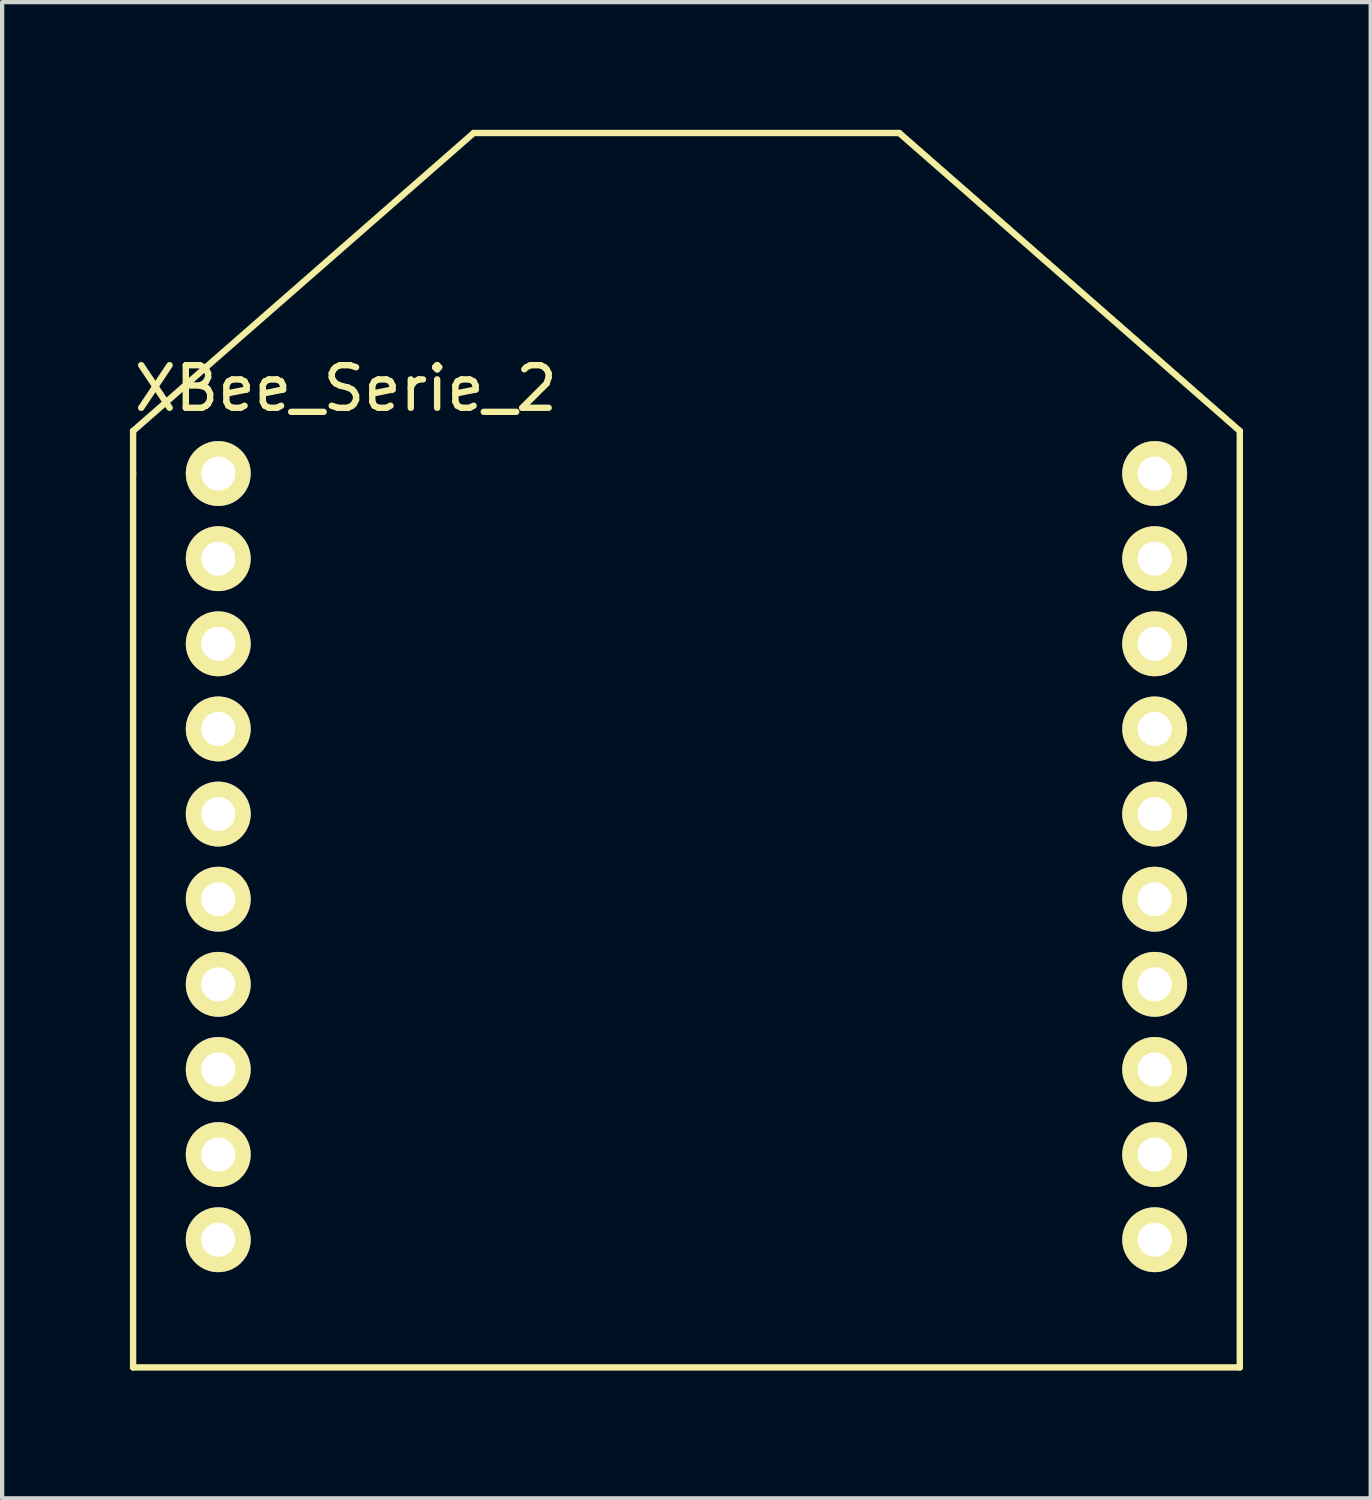
<source format=kicad_pcb>
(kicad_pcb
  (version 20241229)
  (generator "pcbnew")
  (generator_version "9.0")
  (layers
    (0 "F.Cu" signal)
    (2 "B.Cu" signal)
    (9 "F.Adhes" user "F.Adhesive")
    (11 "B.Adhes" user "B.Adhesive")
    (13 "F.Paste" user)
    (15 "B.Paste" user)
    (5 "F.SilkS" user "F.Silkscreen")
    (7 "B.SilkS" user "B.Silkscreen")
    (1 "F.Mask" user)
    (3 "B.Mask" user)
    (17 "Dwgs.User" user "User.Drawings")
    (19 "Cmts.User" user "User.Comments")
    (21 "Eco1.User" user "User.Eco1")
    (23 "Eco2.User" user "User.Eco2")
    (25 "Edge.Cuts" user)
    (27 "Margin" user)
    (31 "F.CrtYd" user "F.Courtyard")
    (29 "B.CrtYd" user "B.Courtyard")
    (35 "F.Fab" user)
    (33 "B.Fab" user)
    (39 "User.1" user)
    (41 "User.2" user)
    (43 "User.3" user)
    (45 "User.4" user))
  (footprint "XBee_Serie_2"
    (layer "F.Cu")
    (at 2.077 8.075)
    (property "Reference" "XBee_Serie_2" (at 3 -2 0) (layer "F.SilkS") (effects (font (size 1 1) (thickness 0.15))))
    (attr smd)
    (fp_line (start -2 -1) (end -2 0) (stroke (width 0.15) (type solid)) (layer "F.SilkS"))
    (fp_line (start -2 0) (end -2 21) (stroke (width 0.15) (type solid)) (layer "F.SilkS"))
    (fp_line (start -2 21) (end 24 21) (stroke (width 0.15) (type solid)) (layer "F.SilkS"))
    (fp_line (start 6 -8) (end -2 -1) (stroke (width 0.15) (type solid)) (layer "F.SilkS"))
    (fp_line (start 16 -8) (end 6 -8) (stroke (width 0.15) (type solid)) (layer "F.SilkS"))
    (fp_line (start 24 -1) (end 16 -8) (stroke (width 0.15) (type solid)) (layer "F.SilkS"))
    (fp_line (start 24 21) (end 24 -1) (stroke (width 0.15) (type solid)) (layer "F.SilkS"))
    (pad "1" thru_hole circle (at 0 0) (size 1.524 1.524) (drill 0.8) (layers "*.Cu" "*.Mask" "F.SilkS"))
    (pad "2" thru_hole circle (at 0 2) (size 1.524 1.524) (drill 0.8) (layers "*.Cu" "*.Mask" "F.SilkS"))
    (pad "3" thru_hole circle (at 0 4) (size 1.524 1.524) (drill 0.8) (layers "*.Cu" "*.Mask" "F.SilkS"))
    (pad "4" thru_hole circle (at 0 6) (size 1.524 1.524) (drill 0.8) (layers "*.Cu" "*.Mask" "F.SilkS"))
    (pad "5" thru_hole circle (at 0 8) (size 1.524 1.524) (drill 0.8) (layers "*.Cu" "*.Mask" "F.SilkS"))
    (pad "6" thru_hole circle (at 0 10) (size 1.524 1.524) (drill 0.8) (layers "*.Cu" "*.Mask" "F.SilkS"))
    (pad "7" thru_hole circle (at 0 12) (size 1.524 1.524) (drill 0.8) (layers "*.Cu" "*.Mask" "F.SilkS"))
    (pad "8" thru_hole circle (at 0 14) (size 1.524 1.524) (drill 0.8) (layers "*.Cu" "*.Mask" "F.SilkS"))
    (pad "9" thru_hole circle (at 0 16) (size 1.524 1.524) (drill 0.8) (layers "*.Cu" "*.Mask" "F.SilkS"))
    (pad "10" thru_hole circle (at 0 18) (size 1.524 1.524) (drill 0.8) (layers "*.Cu" "*.Mask" "F.SilkS"))
    (pad "11" thru_hole circle (at 22 18) (size 1.524 1.524) (drill 0.8) (layers "*.Cu" "*.Mask" "F.SilkS"))
    (pad "12" thru_hole circle (at 22 16) (size 1.524 1.524) (drill 0.8) (layers "*.Cu" "*.Mask" "F.SilkS"))
    (pad "13" thru_hole circle (at 22 14) (size 1.524 1.524) (drill 0.8) (layers "*.Cu" "*.Mask" "F.SilkS"))
    (pad "14" thru_hole circle (at 22 12) (size 1.524 1.524) (drill 0.8) (layers "*.Cu" "*.Mask" "F.SilkS"))
    (pad "15" thru_hole circle (at 22 10) (size 1.524 1.524) (drill 0.8) (layers "*.Cu" "*.Mask" "F.SilkS"))
    (pad "16" thru_hole circle (at 22 8) (size 1.524 1.524) (drill 0.8) (layers "*.Cu" "*.Mask" "F.SilkS"))
    (pad "17" thru_hole circle (at 22 6) (size 1.524 1.524) (drill 0.8) (layers "*.Cu" "*.Mask" "F.SilkS"))
    (pad "18" thru_hole circle (at 22 4) (size 1.524 1.524) (drill 0.8) (layers "*.Cu" "*.Mask" "F.SilkS"))
    (pad "19" thru_hole circle (at 22 2) (size 1.524 1.524) (drill 0.8) (layers "*.Cu" "*.Mask" "F.SilkS"))
    (pad "20" thru_hole circle (at 22 0) (size 1.524 1.524) (drill 0.8) (layers "*.Cu" "*.Mask" "F.SilkS")))
  (gr_rect
    (start -3 -3)
    (end 29.152 32.15)
    (stroke (width 0.1) (type default))
    (fill no)
    (layer "Edge.Cuts")))
</source>
